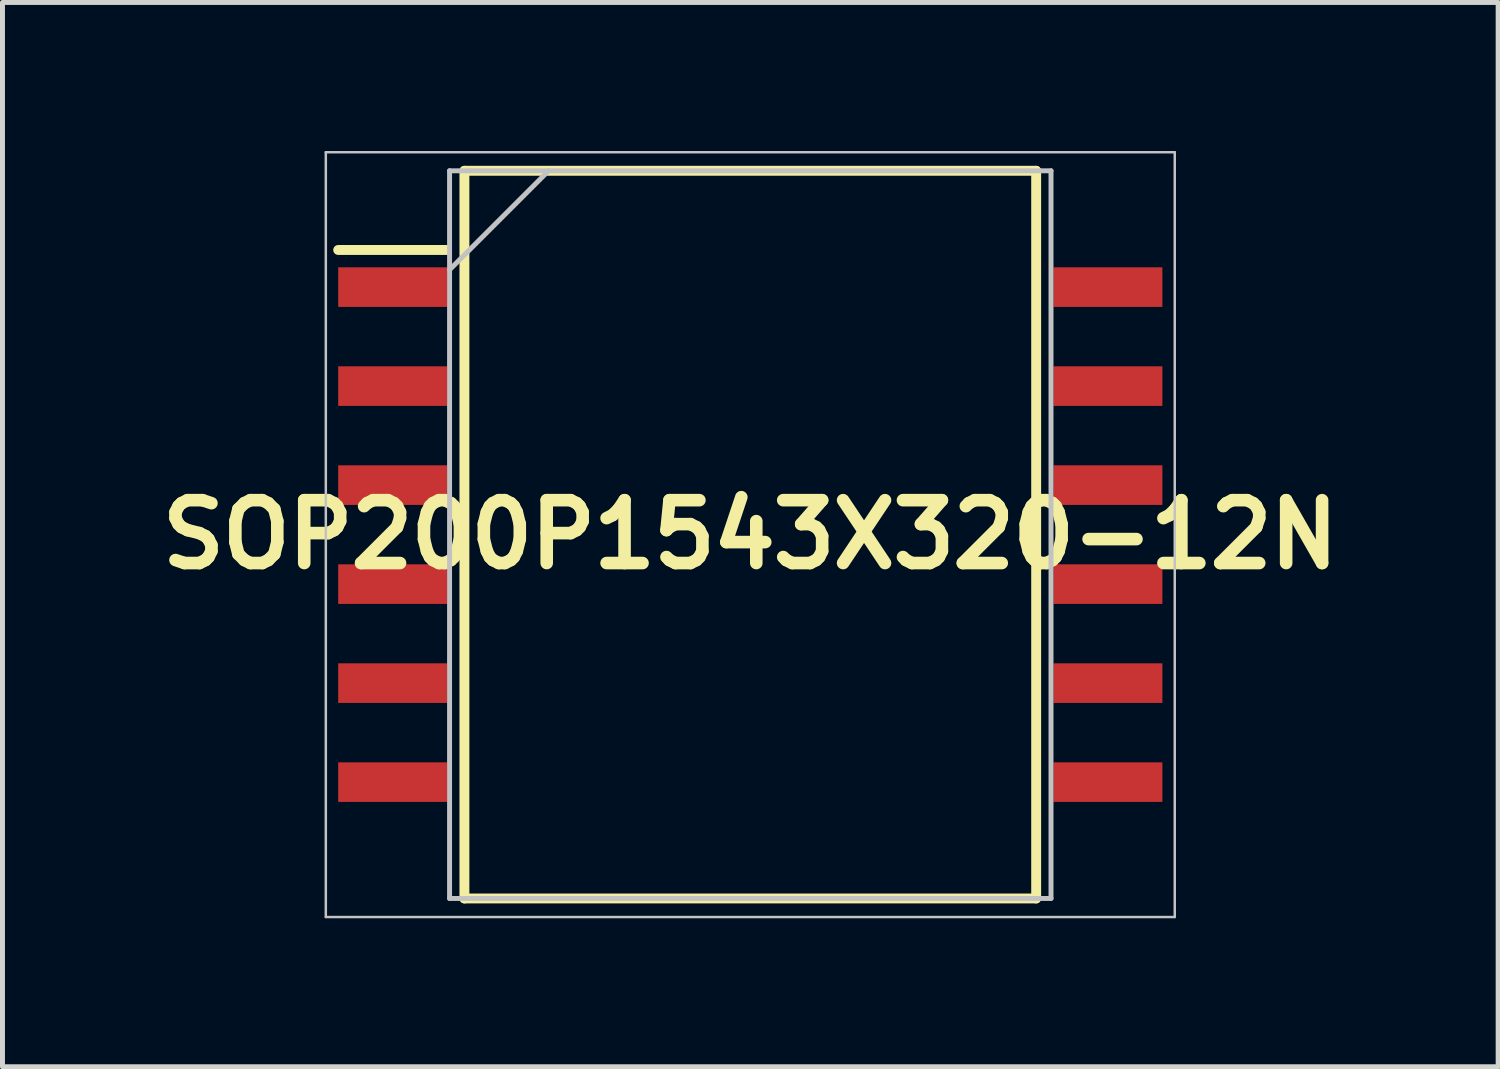
<source format=kicad_pcb>
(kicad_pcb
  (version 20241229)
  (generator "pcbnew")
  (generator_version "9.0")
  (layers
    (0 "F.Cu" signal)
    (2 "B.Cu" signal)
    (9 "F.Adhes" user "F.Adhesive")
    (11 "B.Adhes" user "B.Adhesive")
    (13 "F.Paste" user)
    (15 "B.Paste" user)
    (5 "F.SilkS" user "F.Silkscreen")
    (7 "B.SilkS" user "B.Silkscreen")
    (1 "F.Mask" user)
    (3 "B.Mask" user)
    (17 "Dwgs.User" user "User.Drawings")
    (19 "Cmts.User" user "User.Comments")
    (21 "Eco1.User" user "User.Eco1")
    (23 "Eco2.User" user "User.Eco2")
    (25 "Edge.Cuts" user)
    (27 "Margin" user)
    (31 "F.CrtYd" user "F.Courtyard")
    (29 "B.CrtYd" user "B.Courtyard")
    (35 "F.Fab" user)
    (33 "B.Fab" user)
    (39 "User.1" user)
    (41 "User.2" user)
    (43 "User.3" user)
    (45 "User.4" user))
  (footprint "SOP200P1543X320-12N"
    (layer "F.Cu")
    (at 12.107 7.75)
    (property "Reference" "SOP200P1543X320-12N" (at 0 0 0) (layer "F.SilkS") (effects (font (size 1.27 1.27) (thickness 0.254))))
    (attr smd)
    (fp_line (start -8.325 -5.75) (end -6.125 -5.75) (stroke (width 0.2) (type solid)) (layer "F.SilkS"))
    (fp_line (start -5.775 -7.35) (end 5.775 -7.35) (stroke (width 0.2) (type solid)) (layer "F.SilkS"))
    (fp_line (start -5.775 7.35) (end -5.775 -7.35) (stroke (width 0.2) (type solid)) (layer "F.SilkS"))
    (fp_line (start 5.775 -7.35) (end 5.775 7.35) (stroke (width 0.2) (type solid)) (layer "F.SilkS"))
    (fp_line (start 5.775 7.35) (end -5.775 7.35) (stroke (width 0.2) (type solid)) (layer "F.SilkS"))
    (fp_line (start -8.575 -7.725) (end 8.575 -7.725) (stroke (width 0.05) (type solid)) (layer "Dwgs.User"))
    (fp_line (start -8.575 7.725) (end -8.575 -7.725) (stroke (width 0.05) (type solid)) (layer "Dwgs.User"))
    (fp_line (start -6.075 -7.35) (end 6.075 -7.35) (stroke (width 0.1) (type solid)) (layer "Dwgs.User"))
    (fp_line (start -6.075 -5.35) (end -4.075 -7.35) (stroke (width 0.1) (type solid)) (layer "Dwgs.User"))
    (fp_line (start -6.075 7.35) (end -6.075 -7.35) (stroke (width 0.1) (type solid)) (layer "Dwgs.User"))
    (fp_line (start 6.075 -7.35) (end 6.075 7.35) (stroke (width 0.1) (type solid)) (layer "Dwgs.User"))
    (fp_line (start 6.075 7.35) (end -6.075 7.35) (stroke (width 0.1) (type solid)) (layer "Dwgs.User"))
    (fp_line (start 8.575 -7.725) (end 8.575 7.725) (stroke (width 0.05) (type solid)) (layer "Dwgs.User"))
    (fp_line (start 8.575 7.725) (end -8.575 7.725) (stroke (width 0.05) (type solid)) (layer "Dwgs.User"))
    (pad "1" smd rect (at -7.225 -5 90) (size 0.8 2.2) (layers "F.Cu" "F.Mask" "F.Paste"))
    (pad "2" smd rect (at -7.225 -3 90) (size 0.8 2.2) (layers "F.Cu" "F.Mask" "F.Paste"))
    (pad "3" smd rect (at -7.225 -1 90) (size 0.8 2.2) (layers "F.Cu" "F.Mask" "F.Paste"))
    (pad "4" smd rect (at -7.225 1 90) (size 0.8 2.2) (layers "F.Cu" "F.Mask" "F.Paste"))
    (pad "5" smd rect (at -7.225 3 90) (size 0.8 2.2) (layers "F.Cu" "F.Mask" "F.Paste"))
    (pad "6" smd rect (at -7.225 5 90) (size 0.8 2.2) (layers "F.Cu" "F.Mask" "F.Paste"))
    (pad "7" smd rect (at 7.225 5 90) (size 0.8 2.2) (layers "F.Cu" "F.Mask" "F.Paste"))
    (pad "8" smd rect (at 7.225 3 90) (size 0.8 2.2) (layers "F.Cu" "F.Mask" "F.Paste"))
    (pad "9" smd rect (at 7.225 1 90) (size 0.8 2.2) (layers "F.Cu" "F.Mask" "F.Paste"))
    (pad "10" smd rect (at 7.225 -1 90) (size 0.8 2.2) (layers "F.Cu" "F.Mask" "F.Paste"))
    (pad "11" smd rect (at 7.225 -3 90) (size 0.8 2.2) (layers "F.Cu" "F.Mask" "F.Paste"))
    (pad "12" smd rect (at 7.225 -5 90) (size 0.8 2.2) (layers "F.Cu" "F.Mask" "F.Paste")))
  (gr_rect
    (start -3 -3)
    (end 27.215 18.5)
    (stroke (width 0.1) (type default))
    (fill no)
    (layer "Edge.Cuts")))
</source>
